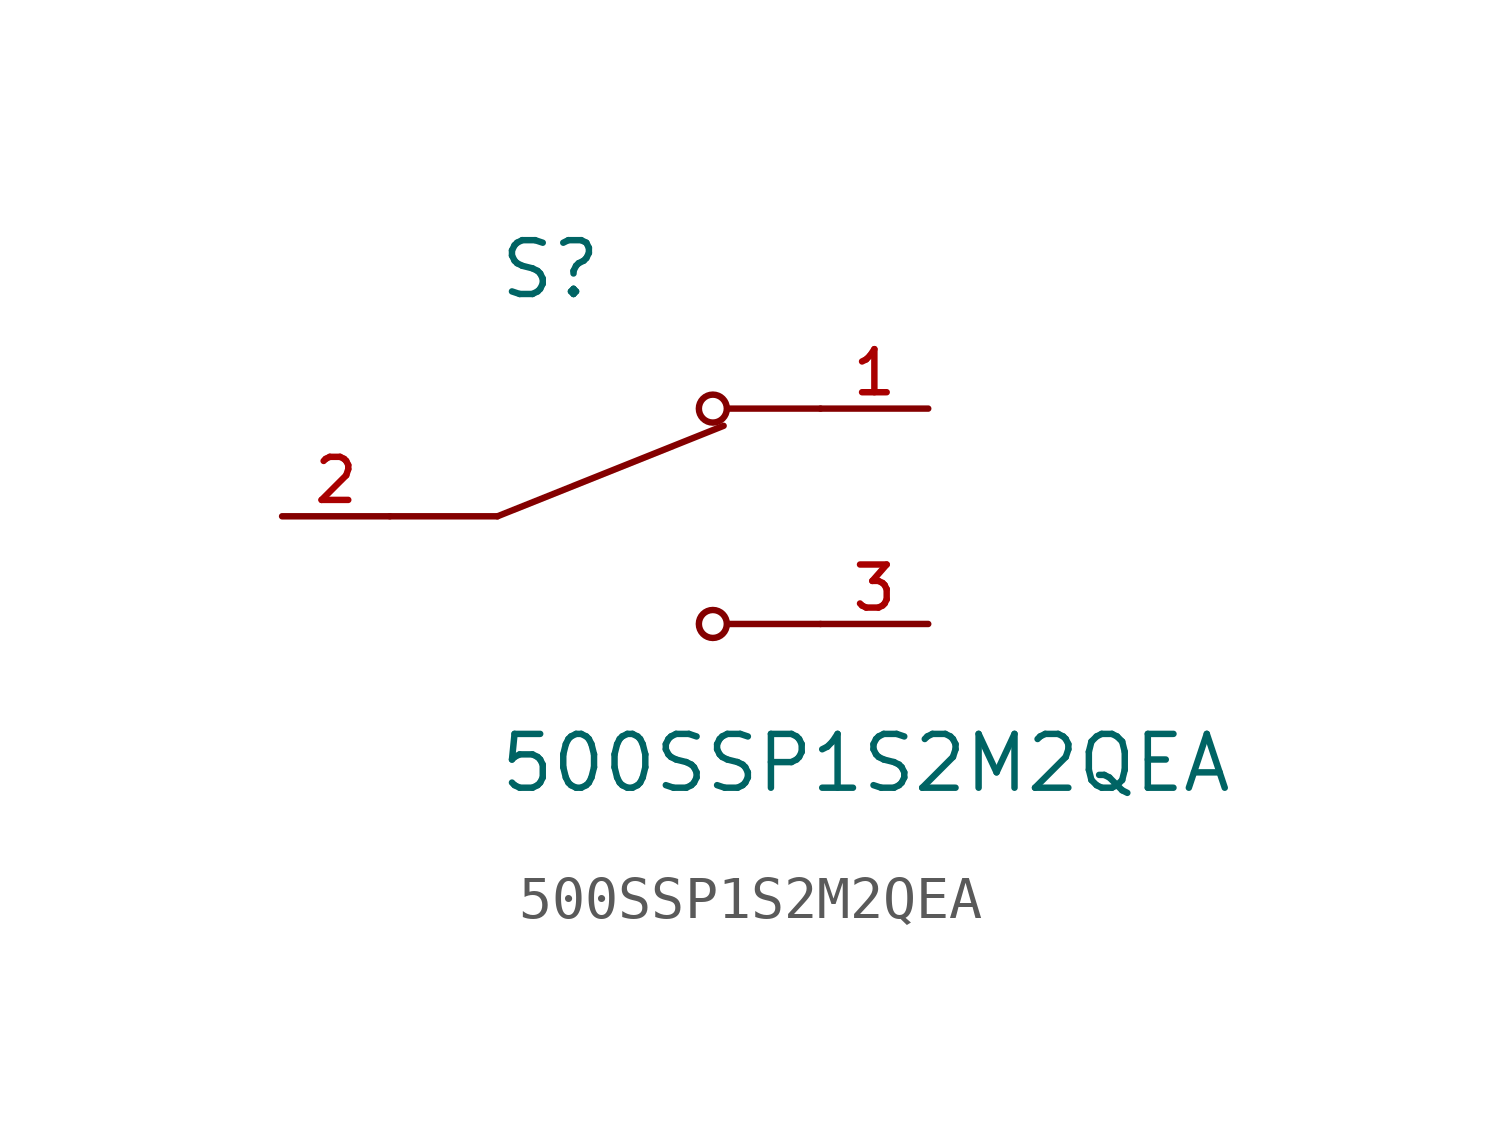
<source format=kicad_sym>
(kicad_symbol_lib
  (version 20231120)
  (generator "kicad_symbol_editor")
  (generator_version "8.0")
  (symbol "500SSP1S2M2QEA"
    (pin_names
      (offset 1.016))
    (property "Reference" "S"
      (at -2.54 5.08 0)
      (effects (font (size 1.27 1.27)) (justify left bottom)))
    (property "Value" "500SSP1S2M2QEA"
      (at -2.54 -5.08 0)
      (effects (font (size 1.27 1.27)) (justify left top)))
    (symbol "500SSP1S2M2QEA_0_0"
      (polyline (pts (xy -2.54 0) (xy -5.08 0)) (stroke (width 0.152) (type default)) (fill (type none)))
      (polyline (pts (xy -2.54 0) (xy 2.794 2.134)) (stroke (width 0.152) (type default)) (fill (type none)))
      (polyline (pts (xy 5.08 -2.54) (xy 2.921 -2.54)) (stroke (width 0.152) (type default)) (fill (type none)))
      (polyline (pts (xy 5.08 2.54) (xy 2.921 2.54)) (stroke (width 0.152) (type default)) (fill (type none)))
      (circle (center 2.54 -2.54) (radius 0.33) (stroke (width 0.152) (type default)) (fill (type none)))
      (circle (center 2.54 2.54) (radius 0.33) (stroke (width 0.152) (type default)) (fill (type none)))
      (pin passive line (at 7.62 2.54 180) (length 2.54) (name "~" (effects (font (size 1.016 1.016)))) (number "1" (effects (font (size 1.016 1.016)))))
      (pin passive line (at -7.62 0 0) (length 2.54) (name "~" (effects (font (size 1.016 1.016)))) (number "2" (effects (font (size 1.016 1.016)))))
      (pin passive line (at 7.62 -2.54 180) (length 2.54) (name "~" (effects (font (size 1.016 1.016)))) (number "3" (effects (font (size 1.016 1.016))))))))
</source>
